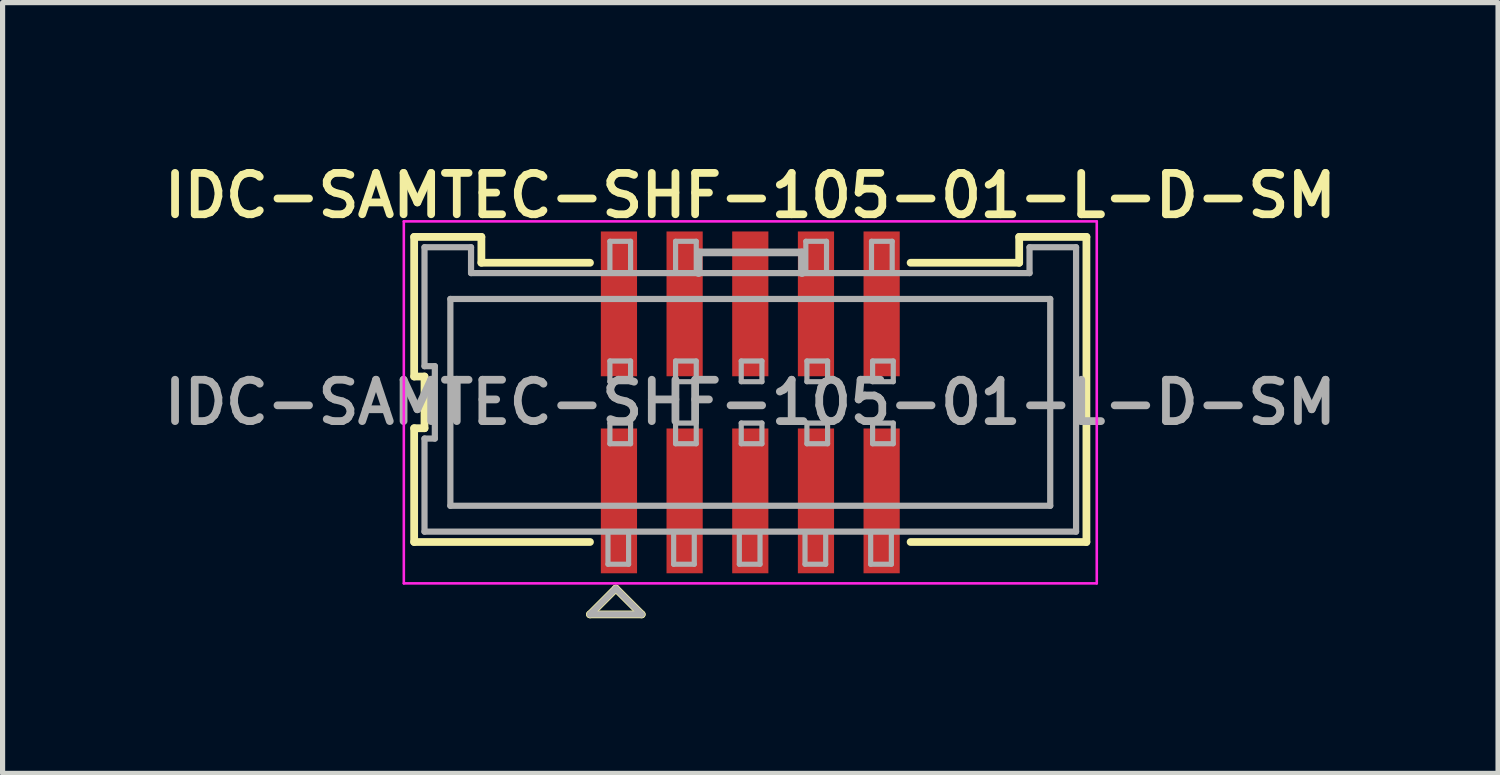
<source format=kicad_pcb>
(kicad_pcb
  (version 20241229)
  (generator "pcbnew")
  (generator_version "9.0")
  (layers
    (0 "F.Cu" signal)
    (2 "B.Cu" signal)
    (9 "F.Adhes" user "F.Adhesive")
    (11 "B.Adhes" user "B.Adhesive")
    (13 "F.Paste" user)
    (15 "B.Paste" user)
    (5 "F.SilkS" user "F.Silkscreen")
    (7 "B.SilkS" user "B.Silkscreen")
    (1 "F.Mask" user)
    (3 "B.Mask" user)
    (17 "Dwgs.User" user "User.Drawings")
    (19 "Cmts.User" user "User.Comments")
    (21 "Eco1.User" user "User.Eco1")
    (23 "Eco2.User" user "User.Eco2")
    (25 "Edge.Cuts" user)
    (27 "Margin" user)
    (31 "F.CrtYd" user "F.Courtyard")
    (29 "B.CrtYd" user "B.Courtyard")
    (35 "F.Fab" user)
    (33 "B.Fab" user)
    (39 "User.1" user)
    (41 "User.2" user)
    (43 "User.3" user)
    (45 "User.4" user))
  (footprint "IDC-SAMTEC-SHF-105-01-L-D-SM"
    (layer "F.Cu")
    (at 11.459 4.731)
    (property "Reference" "IDC-SAMTEC-SHF-105-01-L-D-SM" (at 0 -4 0) (layer "F.SilkS") (effects (font (size 0.8 0.8) (thickness 0.15))))
    (attr smd)
    (fp_line (start -6.5 -3.2) (end -6.5 -0.5) (stroke (width 0.15) (type solid)) (layer "F.SilkS"))
    (fp_line (start -6.5 -3.2) (end -5.2 -3.2) (stroke (width 0.15) (type solid)) (layer "F.SilkS"))
    (fp_line (start -6.5 -0.5) (end -6.3 -0.5) (stroke (width 0.15) (type solid)) (layer "F.SilkS"))
    (fp_line (start -6.5 0.5) (end -6.5 2.7) (stroke (width 0.15) (type solid)) (layer "F.SilkS"))
    (fp_line (start -6.5 2.7) (end -3.1 2.7) (stroke (width 0.15) (type solid)) (layer "F.SilkS"))
    (fp_line (start -6.3 -0.5) (end -6.3 0.5) (stroke (width 0.15) (type solid)) (layer "F.SilkS"))
    (fp_line (start -6.3 0.5) (end -6.5 0.5) (stroke (width 0.15) (type solid)) (layer "F.SilkS"))
    (fp_line (start -5.2 -3.2) (end -5.2 -2.7) (stroke (width 0.15) (type solid)) (layer "F.SilkS"))
    (fp_line (start -5.2 -2.7) (end -3.1 -2.7) (stroke (width 0.15) (type solid)) (layer "F.SilkS"))
    (fp_line (start -3.1 4.1) (end -2.1 4.1) (stroke (width 0.15) (type solid)) (layer "F.SilkS"))
    (fp_line (start -2.6 3.6) (end -3.1 4.1) (stroke (width 0.15) (type solid)) (layer "F.SilkS"))
    (fp_line (start -2.1 4.1) (end -2.6 3.6) (stroke (width 0.15) (type solid)) (layer "F.SilkS"))
    (fp_line (start 3.1 -2.7) (end 5.2 -2.7) (stroke (width 0.15) (type solid)) (layer "F.SilkS"))
    (fp_line (start 3.1 2.7) (end 6.5 2.7) (stroke (width 0.15) (type solid)) (layer "F.SilkS"))
    (fp_line (start 5.2 -3.2) (end 5.2 -2.7) (stroke (width 0.15) (type solid)) (layer "F.SilkS"))
    (fp_line (start 5.2 -3.2) (end 6.5 -3.2) (stroke (width 0.15) (type solid)) (layer "F.SilkS"))
    (fp_line (start 6.5 2.7) (end 6.5 -3.2) (stroke (width 0.15) (type solid)) (layer "F.SilkS"))
    (fp_line (start -6.7 -3.5) (end 6.7 -3.5) (stroke (width 0.05) (type solid)) (layer "F.CrtYd"))
    (fp_line (start -6.7 3.5) (end -6.7 -3.5) (stroke (width 0.05) (type solid)) (layer "F.CrtYd"))
    (fp_line (start 6.7 -3.5) (end 6.7 3.5) (stroke (width 0.05) (type solid)) (layer "F.CrtYd"))
    (fp_line (start 6.7 3.5) (end -6.7 3.5) (stroke (width 0.05) (type solid)) (layer "F.CrtYd"))
    (fp_line (start -6.3 -3) (end -5.4 -3) (stroke (width 0.12) (type solid)) (layer "F.Fab"))
    (fp_line (start -6.3 -0.7) (end -6.3 -3) (stroke (width 0.12) (type solid)) (layer "F.Fab"))
    (fp_line (start -6.3 0.7) (end -6.1 0.7) (stroke (width 0.12) (type solid)) (layer "F.Fab"))
    (fp_line (start -6.3 2.5) (end -6.3 0.7) (stroke (width 0.12) (type solid)) (layer "F.Fab"))
    (fp_line (start -6.1 -0.7) (end -6.3 -0.7) (stroke (width 0.12) (type solid)) (layer "F.Fab"))
    (fp_line (start -6.1 0.7) (end -6.1 -0.7) (stroke (width 0.12) (type solid)) (layer "F.Fab"))
    (fp_line (start -5.8 2) (end -5.8 -2) (stroke (width 0.12) (type solid)) (layer "F.Fab"))
    (fp_line (start -5.8 2) (end 5.8 2) (stroke (width 0.12) (type solid)) (layer "F.Fab"))
    (fp_line (start -5.4 -3) (end -5.4 -2.5) (stroke (width 0.12) (type solid)) (layer "F.Fab"))
    (fp_line (start -5.4 -2.5) (end 5.4 -2.5) (stroke (width 0.12) (type solid)) (layer "F.Fab"))
    (fp_line (start -3.1 4.1) (end -2.1 4.1) (stroke (width 0.12) (type solid)) (layer "F.Fab"))
    (fp_line (start -2.752 3.13) (end -2.752 2.5) (stroke (width 0.1) (type solid)) (layer "F.Fab"))
    (fp_line (start -2.715 -3.115) (end -2.315 -3.115) (stroke (width 0.1) (type solid)) (layer "F.Fab"))
    (fp_line (start -2.715 -2.5) (end -2.715 -3.115) (stroke (width 0.1) (type solid)) (layer "F.Fab"))
    (fp_line (start -2.715 -0.8) (end -2.315 -0.8) (stroke (width 0.1) (type solid)) (layer "F.Fab"))
    (fp_line (start -2.715 -0.4) (end -2.715 -0.8) (stroke (width 0.1) (type solid)) (layer "F.Fab"))
    (fp_line (start -2.715 0.4) (end -2.315 0.4) (stroke (width 0.1) (type solid)) (layer "F.Fab"))
    (fp_line (start -2.715 0.8) (end -2.715 0.4) (stroke (width 0.1) (type solid)) (layer "F.Fab"))
    (fp_line (start -2.6 3.6) (end -3.1 4.1) (stroke (width 0.12) (type solid)) (layer "F.Fab"))
    (fp_line (start -2.353 2.5) (end -2.353 3.13) (stroke (width 0.1) (type solid)) (layer "F.Fab"))
    (fp_line (start -2.353 3.13) (end -2.752 3.13) (stroke (width 0.1) (type solid)) (layer "F.Fab"))
    (fp_line (start -2.315 -3.115) (end -2.315 -2.5) (stroke (width 0.1) (type solid)) (layer "F.Fab"))
    (fp_line (start -2.315 -0.8) (end -2.315 -0.4) (stroke (width 0.1) (type solid)) (layer "F.Fab"))
    (fp_line (start -2.315 -0.4) (end -2.715 -0.4) (stroke (width 0.1) (type solid)) (layer "F.Fab"))
    (fp_line (start -2.315 0.4) (end -2.315 0.8) (stroke (width 0.1) (type solid)) (layer "F.Fab"))
    (fp_line (start -2.315 0.8) (end -2.715 0.8) (stroke (width 0.1) (type solid)) (layer "F.Fab"))
    (fp_line (start -2.1 4.1) (end -2.6 3.6) (stroke (width 0.12) (type solid)) (layer "F.Fab"))
    (fp_line (start -1.482 3.13) (end -1.482 2.5) (stroke (width 0.1) (type solid)) (layer "F.Fab"))
    (fp_line (start -1.445 -3.115) (end -1.045 -3.115) (stroke (width 0.1) (type solid)) (layer "F.Fab"))
    (fp_line (start -1.445 -2.5) (end -1.445 -3.115) (stroke (width 0.1) (type solid)) (layer "F.Fab"))
    (fp_line (start -1.445 -0.8) (end -1.045 -0.8) (stroke (width 0.1) (type solid)) (layer "F.Fab"))
    (fp_line (start -1.445 -0.4) (end -1.445 -0.8) (stroke (width 0.1) (type solid)) (layer "F.Fab"))
    (fp_line (start -1.445 0.4) (end -1.045 0.4) (stroke (width 0.1) (type solid)) (layer "F.Fab"))
    (fp_line (start -1.445 0.8) (end -1.445 0.4) (stroke (width 0.1) (type solid)) (layer "F.Fab"))
    (fp_line (start -1.083 2.5) (end -1.083 3.13) (stroke (width 0.1) (type solid)) (layer "F.Fab"))
    (fp_line (start -1.083 3.13) (end -1.482 3.13) (stroke (width 0.1) (type solid)) (layer "F.Fab"))
    (fp_line (start -1.045 -3.115) (end -1.045 -2.5) (stroke (width 0.1) (type solid)) (layer "F.Fab"))
    (fp_line (start -1.045 -0.8) (end -1.045 -0.4) (stroke (width 0.1) (type solid)) (layer "F.Fab"))
    (fp_line (start -1.045 -0.4) (end -1.445 -0.4) (stroke (width 0.1) (type solid)) (layer "F.Fab"))
    (fp_line (start -1.045 0.4) (end -1.045 0.8) (stroke (width 0.1) (type solid)) (layer "F.Fab"))
    (fp_line (start -1.045 0.8) (end -1.445 0.8) (stroke (width 0.1) (type solid)) (layer "F.Fab"))
    (fp_line (start -1 -2.9) (end 1 -2.9) (stroke (width 0.15) (type solid)) (layer "F.Fab"))
    (fp_line (start -1 -2.5) (end -1 -2.9) (stroke (width 0.15) (type solid)) (layer "F.Fab"))
    (fp_line (start -0.212 3.13) (end -0.212 2.5) (stroke (width 0.1) (type solid)) (layer "F.Fab"))
    (fp_line (start -0.175 -0.8) (end 0.225 -0.8) (stroke (width 0.1) (type solid)) (layer "F.Fab"))
    (fp_line (start -0.175 -0.4) (end -0.175 -0.8) (stroke (width 0.1) (type solid)) (layer "F.Fab"))
    (fp_line (start -0.175 0.4) (end 0.225 0.4) (stroke (width 0.1) (type solid)) (layer "F.Fab"))
    (fp_line (start -0.175 0.8) (end -0.175 0.4) (stroke (width 0.1) (type solid)) (layer "F.Fab"))
    (fp_line (start 0.188 2.5) (end 0.188 3.13) (stroke (width 0.1) (type solid)) (layer "F.Fab"))
    (fp_line (start 0.188 3.13) (end -0.212 3.13) (stroke (width 0.1) (type solid)) (layer "F.Fab"))
    (fp_line (start 0.225 -0.8) (end 0.225 -0.4) (stroke (width 0.1) (type solid)) (layer "F.Fab"))
    (fp_line (start 0.225 -0.4) (end -0.175 -0.4) (stroke (width 0.1) (type solid)) (layer "F.Fab"))
    (fp_line (start 0.225 0.4) (end 0.225 0.8) (stroke (width 0.1) (type solid)) (layer "F.Fab"))
    (fp_line (start 0.225 0.8) (end -0.175 0.8) (stroke (width 0.1) (type solid)) (layer "F.Fab"))
    (fp_line (start 1 -2.9) (end 1 -2.5) (stroke (width 0.15) (type solid)) (layer "F.Fab"))
    (fp_line (start 1.058 3.13) (end 1.058 2.5) (stroke (width 0.1) (type solid)) (layer "F.Fab"))
    (fp_line (start 1.074 -3.115) (end 1.474 -3.115) (stroke (width 0.1) (type solid)) (layer "F.Fab"))
    (fp_line (start 1.074 -2.5) (end 1.074 -3.115) (stroke (width 0.1) (type solid)) (layer "F.Fab"))
    (fp_line (start 1.095 -0.8) (end 1.495 -0.8) (stroke (width 0.1) (type solid)) (layer "F.Fab"))
    (fp_line (start 1.095 -0.4) (end 1.095 -0.8) (stroke (width 0.1) (type solid)) (layer "F.Fab"))
    (fp_line (start 1.095 0.4) (end 1.495 0.4) (stroke (width 0.1) (type solid)) (layer "F.Fab"))
    (fp_line (start 1.095 0.8) (end 1.095 0.4) (stroke (width 0.1) (type solid)) (layer "F.Fab"))
    (fp_line (start 1.458 2.5) (end 1.458 3.13) (stroke (width 0.1) (type solid)) (layer "F.Fab"))
    (fp_line (start 1.458 3.13) (end 1.058 3.13) (stroke (width 0.1) (type solid)) (layer "F.Fab"))
    (fp_line (start 1.474 -3.115) (end 1.474 -2.5) (stroke (width 0.1) (type solid)) (layer "F.Fab"))
    (fp_line (start 1.495 -0.8) (end 1.495 -0.4) (stroke (width 0.1) (type solid)) (layer "F.Fab"))
    (fp_line (start 1.495 -0.4) (end 1.095 -0.4) (stroke (width 0.1) (type solid)) (layer "F.Fab"))
    (fp_line (start 1.495 0.4) (end 1.495 0.8) (stroke (width 0.1) (type solid)) (layer "F.Fab"))
    (fp_line (start 1.495 0.8) (end 1.095 0.8) (stroke (width 0.1) (type solid)) (layer "F.Fab"))
    (fp_line (start 2.328 3.13) (end 2.328 2.5) (stroke (width 0.1) (type solid)) (layer "F.Fab"))
    (fp_line (start 2.344 -3.115) (end 2.744 -3.115) (stroke (width 0.1) (type solid)) (layer "F.Fab"))
    (fp_line (start 2.344 -2.5) (end 2.344 -3.115) (stroke (width 0.1) (type solid)) (layer "F.Fab"))
    (fp_line (start 2.365 -0.8) (end 2.765 -0.8) (stroke (width 0.1) (type solid)) (layer "F.Fab"))
    (fp_line (start 2.365 -0.4) (end 2.365 -0.8) (stroke (width 0.1) (type solid)) (layer "F.Fab"))
    (fp_line (start 2.365 0.4) (end 2.765 0.4) (stroke (width 0.1) (type solid)) (layer "F.Fab"))
    (fp_line (start 2.365 0.8) (end 2.365 0.4) (stroke (width 0.1) (type solid)) (layer "F.Fab"))
    (fp_line (start 2.728 2.5) (end 2.728 3.13) (stroke (width 0.1) (type solid)) (layer "F.Fab"))
    (fp_line (start 2.728 3.13) (end 2.328 3.13) (stroke (width 0.1) (type solid)) (layer "F.Fab"))
    (fp_line (start 2.744 -3.115) (end 2.744 -2.5) (stroke (width 0.1) (type solid)) (layer "F.Fab"))
    (fp_line (start 2.765 -0.8) (end 2.765 -0.4) (stroke (width 0.1) (type solid)) (layer "F.Fab"))
    (fp_line (start 2.765 -0.4) (end 2.365 -0.4) (stroke (width 0.1) (type solid)) (layer "F.Fab"))
    (fp_line (start 2.765 0.4) (end 2.765 0.8) (stroke (width 0.1) (type solid)) (layer "F.Fab"))
    (fp_line (start 2.765 0.8) (end 2.365 0.8) (stroke (width 0.1) (type solid)) (layer "F.Fab"))
    (fp_line (start 5.4 -3) (end 6.3 -3) (stroke (width 0.12) (type solid)) (layer "F.Fab"))
    (fp_line (start 5.4 -2.5) (end 5.4 -3) (stroke (width 0.12) (type solid)) (layer "F.Fab"))
    (fp_line (start 5.8 -2) (end -5.8 -2) (stroke (width 0.12) (type solid)) (layer "F.Fab"))
    (fp_line (start 5.8 -2) (end 5.8 2) (stroke (width 0.12) (type solid)) (layer "F.Fab"))
    (fp_line (start 6.3 -3) (end 6.3 2.5) (stroke (width 0.12) (type solid)) (layer "F.Fab"))
    (fp_line (start 6.3 2.5) (end -6.3 2.5) (stroke (width 0.12) (type solid)) (layer "F.Fab"))
    (fp_text user "${REFERENCE}" (at 0 0 0) (layer "F.Fab") (effects (font (size 0.8 0.8) (thickness 0.15))))
    (pad "1" smd rect (at -2.54 1.905) (size 0.7 2.8) (layers "F.Cu" "F.Mask" "F.Paste"))
    (pad "2" smd rect (at -2.54 -1.905) (size 0.7 2.8) (layers "F.Cu" "F.Mask" "F.Paste"))
    (pad "3" smd rect (at -1.27 1.905) (size 0.7 2.8) (layers "F.Cu" "F.Mask" "F.Paste"))
    (pad "4" smd rect (at -1.27 -1.905) (size 0.7 2.8) (layers "F.Cu" "F.Mask" "F.Paste"))
    (pad "5" smd rect (at 0 1.905) (size 0.7 2.8) (layers "F.Cu" "F.Mask" "F.Paste"))
    (pad "6" smd rect (at 0 -1.905) (size 0.7 2.8) (layers "F.Cu" "F.Mask" "F.Paste"))
    (pad "7" smd rect (at 1.27 1.905) (size 0.7 2.8) (layers "F.Cu" "F.Mask" "F.Paste"))
    (pad "8" smd rect (at 1.27 -1.905) (size 0.7 2.8) (layers "F.Cu" "F.Mask" "F.Paste"))
    (pad "9" smd rect (at 2.54 1.905) (size 0.7 2.8) (layers "F.Cu" "F.Mask" "F.Paste"))
    (pad "10" smd rect (at 2.54 -1.905) (size 0.7 2.8) (layers "F.Cu" "F.Mask" "F.Paste")))
  (gr_rect
    (start -3 -3)
    (end 25.919 11.906)
    (stroke (width 0.1) (type default))
    (fill no)
    (layer "Edge.Cuts")))
</source>
